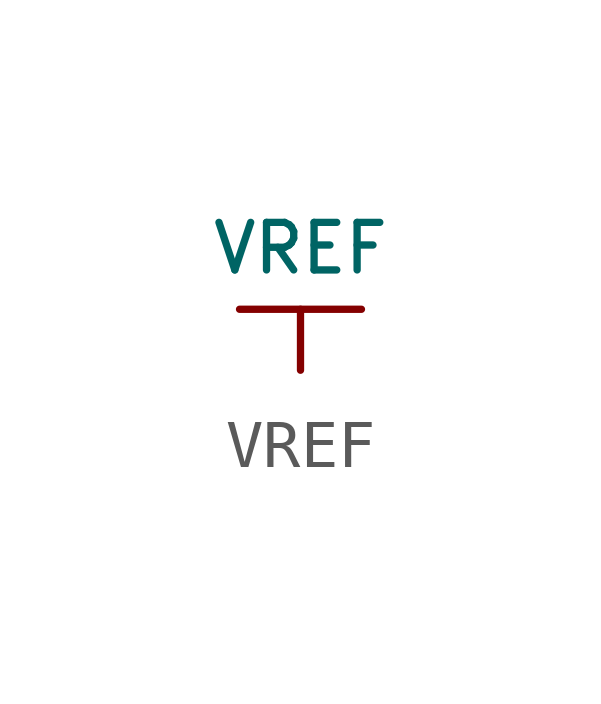
<source format=kicad_sym>
(kicad_symbol_lib
  (version 20220914)
  (generator kicad_symbol_editor)
  (symbol "VREF"
    (power)
    (pin_numbers hide)
    (pin_names
      (offset 0) hide)
    (property "Reference" "#PWR"
      (at 0 -2.54 0)
      (effects (font (size 1.524 1.524)) hide))
    (property "Value" "VREF"
      (at 0 1.27 0)
      (effects (font (size 0.991 0.991))))
    (property "Footprint" ""
      (at 0 0 0)
      (effects (font (size 1.524 1.524))))
    (property "Datasheet" ""
      (at 0 0 0)
      (effects (font (size 1.524 1.524))))
    (symbol "VREF_0_1"
      (polyline (pts (xy -1.27 0) (xy 1.27 0)) (stroke (width 0) (type default)) (fill (type none))))
    (symbol "VREF_1_1"
      (pin power_in line (at 0 -1.27 90) (length 1.27) (name "VREF" (effects (font (size 1.27 1.27)))) (number "1" (effects (font (size 1.27 1.27))))))))
</source>
